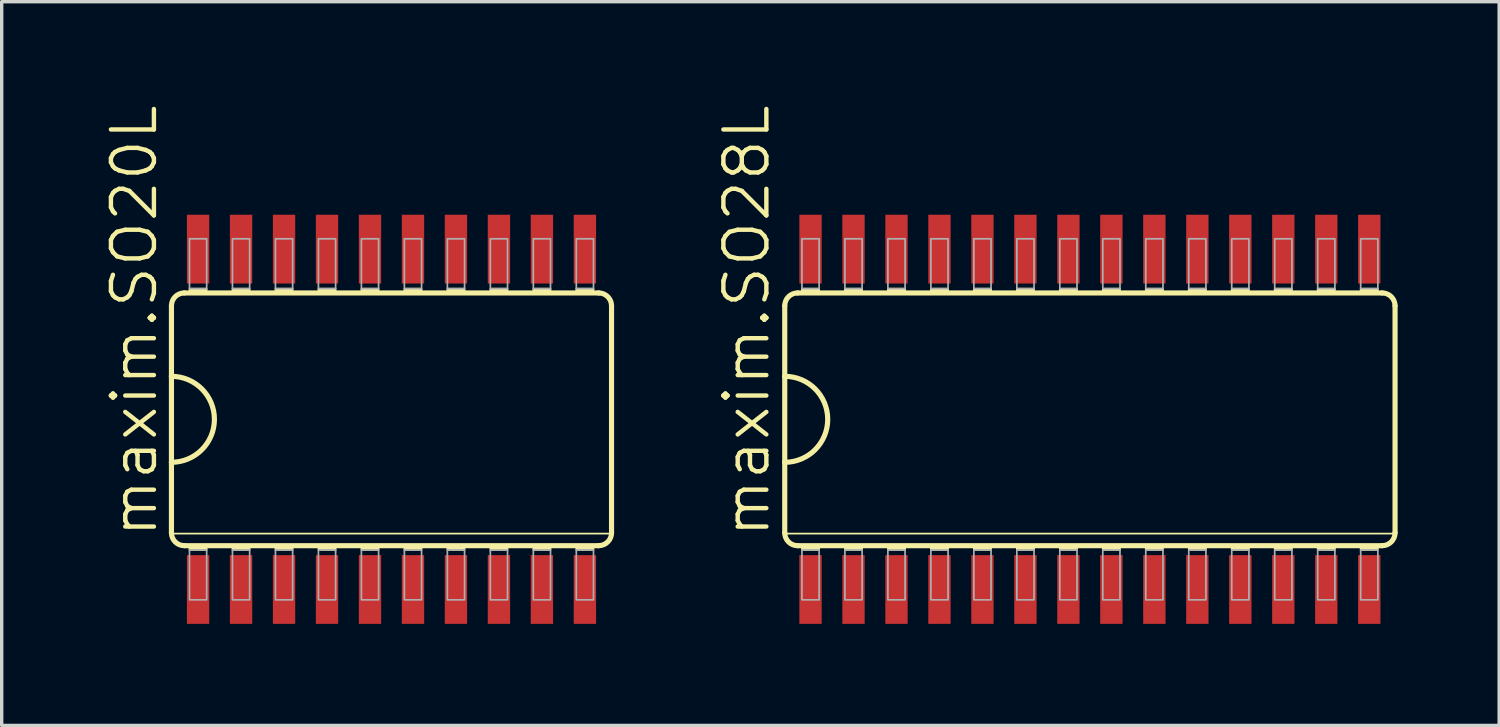
<source format=kicad_pcb>
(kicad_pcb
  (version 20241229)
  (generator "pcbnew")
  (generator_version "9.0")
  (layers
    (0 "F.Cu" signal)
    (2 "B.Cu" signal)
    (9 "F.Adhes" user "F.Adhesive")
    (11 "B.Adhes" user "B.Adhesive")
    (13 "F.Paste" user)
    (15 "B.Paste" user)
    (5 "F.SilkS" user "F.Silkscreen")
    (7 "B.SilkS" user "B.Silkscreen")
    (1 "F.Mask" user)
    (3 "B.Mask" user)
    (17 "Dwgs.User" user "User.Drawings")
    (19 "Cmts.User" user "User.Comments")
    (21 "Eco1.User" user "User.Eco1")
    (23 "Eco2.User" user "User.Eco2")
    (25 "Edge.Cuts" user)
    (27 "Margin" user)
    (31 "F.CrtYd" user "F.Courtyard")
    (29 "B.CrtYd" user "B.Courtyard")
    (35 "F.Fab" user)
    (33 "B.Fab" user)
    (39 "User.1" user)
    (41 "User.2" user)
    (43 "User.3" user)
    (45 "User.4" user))
  (footprint "maxim.SO28L"
    (layer "F.Cu")
    (at 29.155 9.34)
    (property "Reference" "maxim.SO28L" (at -9.398 3.556 90) (layer "F.SilkS") (effects (font (size 1.27 1.27) (thickness 0.13)) (justify left bottom)))
    (attr smd)
    (fp_line (start -9.017 -3.353) (end -9.017 -1.27) (stroke (width 0.152) (type default)) (layer "F.SilkS"))
    (fp_line (start -9.017 -1.27) (end -9.017 1.27) (stroke (width 0.152) (type default)) (layer "F.SilkS"))
    (fp_line (start -9.017 1.27) (end -9.017 3.353) (stroke (width 0.152) (type default)) (layer "F.SilkS"))
    (fp_line (start -9.017 3.378) (end 9.017 3.378) (stroke (width 0.051) (type default)) (layer "F.SilkS"))
    (fp_line (start -8.636 3.734) (end 8.636 3.734) (stroke (width 0.152) (type default)) (layer "F.SilkS"))
    (fp_line (start 8.636 -3.734) (end -8.636 -3.734) (stroke (width 0.152) (type default)) (layer "F.SilkS"))
    (fp_line (start 9.017 3.353) (end 9.017 -3.353) (stroke (width 0.152) (type default)) (layer "F.SilkS"))
    (fp_rect (start -8.509 -3.734) (end -8.001 -3.861) (stroke (width 0.05) (type default)) (fill yes) (layer "F.SilkS"))
    (fp_rect (start -8.509 3.861) (end -8.001 3.734) (stroke (width 0.05) (type default)) (fill yes) (layer "F.SilkS"))
    (fp_rect (start -7.239 -3.734) (end -6.731 -3.861) (stroke (width 0.05) (type default)) (fill yes) (layer "F.SilkS"))
    (fp_rect (start -7.239 3.861) (end -6.731 3.734) (stroke (width 0.05) (type default)) (fill yes) (layer "F.SilkS"))
    (fp_rect (start -5.969 -3.734) (end -5.461 -3.861) (stroke (width 0.05) (type default)) (fill yes) (layer "F.SilkS"))
    (fp_rect (start -5.969 3.861) (end -5.461 3.734) (stroke (width 0.05) (type default)) (fill yes) (layer "F.SilkS"))
    (fp_rect (start -4.699 -3.734) (end -4.191 -3.861) (stroke (width 0.05) (type default)) (fill yes) (layer "F.SilkS"))
    (fp_rect (start -4.699 3.861) (end -4.191 3.734) (stroke (width 0.05) (type default)) (fill yes) (layer "F.SilkS"))
    (fp_rect (start -3.429 -3.734) (end -2.921 -3.861) (stroke (width 0.05) (type default)) (fill yes) (layer "F.SilkS"))
    (fp_rect (start -3.429 3.861) (end -2.921 3.734) (stroke (width 0.05) (type default)) (fill yes) (layer "F.SilkS"))
    (fp_rect (start -2.159 -3.734) (end -1.651 -3.861) (stroke (width 0.05) (type default)) (fill yes) (layer "F.SilkS"))
    (fp_rect (start -2.159 3.861) (end -1.651 3.734) (stroke (width 0.05) (type default)) (fill yes) (layer "F.SilkS"))
    (fp_rect (start -0.889 -3.734) (end -0.381 -3.861) (stroke (width 0.05) (type default)) (fill yes) (layer "F.SilkS"))
    (fp_rect (start -0.889 3.861) (end -0.381 3.734) (stroke (width 0.05) (type default)) (fill yes) (layer "F.SilkS"))
    (fp_rect (start 0.381 -3.734) (end 0.889 -3.861) (stroke (width 0.05) (type default)) (fill yes) (layer "F.SilkS"))
    (fp_rect (start 0.381 3.861) (end 0.889 3.734) (stroke (width 0.05) (type default)) (fill yes) (layer "F.SilkS"))
    (fp_rect (start 1.651 -3.734) (end 2.159 -3.861) (stroke (width 0.05) (type default)) (fill yes) (layer "F.SilkS"))
    (fp_rect (start 1.651 3.861) (end 2.159 3.734) (stroke (width 0.05) (type default)) (fill yes) (layer "F.SilkS"))
    (fp_rect (start 2.921 -3.734) (end 3.429 -3.861) (stroke (width 0.05) (type default)) (fill yes) (layer "F.SilkS"))
    (fp_rect (start 2.921 3.861) (end 3.429 3.734) (stroke (width 0.05) (type default)) (fill yes) (layer "F.SilkS"))
    (fp_rect (start 4.191 -3.734) (end 4.699 -3.861) (stroke (width 0.05) (type default)) (fill yes) (layer "F.SilkS"))
    (fp_rect (start 4.191 3.861) (end 4.699 3.734) (stroke (width 0.05) (type default)) (fill yes) (layer "F.SilkS"))
    (fp_rect (start 5.461 -3.734) (end 5.969 -3.861) (stroke (width 0.05) (type default)) (fill yes) (layer "F.SilkS"))
    (fp_rect (start 5.461 3.861) (end 5.969 3.734) (stroke (width 0.05) (type default)) (fill yes) (layer "F.SilkS"))
    (fp_rect (start 6.731 -3.734) (end 7.239 -3.861) (stroke (width 0.05) (type default)) (fill yes) (layer "F.SilkS"))
    (fp_rect (start 6.731 3.861) (end 7.239 3.734) (stroke (width 0.05) (type default)) (fill yes) (layer "F.SilkS"))
    (fp_rect (start 8.001 -3.734) (end 8.509 -3.861) (stroke (width 0.05) (type default)) (fill yes) (layer "F.SilkS"))
    (fp_rect (start 8.001 3.861) (end 8.509 3.734) (stroke (width 0.05) (type default)) (fill yes) (layer "F.SilkS"))
    (fp_arc (start -9.017 -3.3528) (mid -8.905408 -3.622208) (end -8.636 -3.7338) (stroke (width 0.1524) (type default)) (layer "F.SilkS"))
    (fp_arc (start -9.017 -1.27) (mid -7.747 0) (end -9.017 1.27) (stroke (width 0.1524) (type default)) (layer "F.SilkS"))
    (fp_arc (start -8.636 3.7338) (mid -8.905408 3.622208) (end -9.017 3.3528) (stroke (width 0.1524) (type default)) (layer "F.SilkS"))
    (fp_arc (start 8.636 -3.7338) (mid 8.905408 -3.622208) (end 9.017 -3.3528) (stroke (width 0.1524) (type default)) (layer "F.SilkS"))
    (fp_arc (start 9.017 3.3528) (mid 8.905408 3.622208) (end 8.636 3.7338) (stroke (width 0.1524) (type default)) (layer "F.SilkS"))
    (fp_rect (start -8.509 -3.861) (end -8.001 -5.334) (stroke (width 0.05) (type default)) (fill no) (layer "F.Fab"))
    (fp_rect (start -8.509 5.334) (end -8.001 3.861) (stroke (width 0.05) (type default)) (fill no) (layer "F.Fab"))
    (fp_rect (start -7.239 -3.861) (end -6.731 -5.334) (stroke (width 0.05) (type default)) (fill no) (layer "F.Fab"))
    (fp_rect (start -7.239 5.334) (end -6.731 3.861) (stroke (width 0.05) (type default)) (fill no) (layer "F.Fab"))
    (fp_rect (start -5.969 -3.861) (end -5.461 -5.334) (stroke (width 0.05) (type default)) (fill no) (layer "F.Fab"))
    (fp_rect (start -5.969 5.334) (end -5.461 3.861) (stroke (width 0.05) (type default)) (fill no) (layer "F.Fab"))
    (fp_rect (start -4.699 -3.861) (end -4.191 -5.334) (stroke (width 0.05) (type default)) (fill no) (layer "F.Fab"))
    (fp_rect (start -4.699 5.334) (end -4.191 3.861) (stroke (width 0.05) (type default)) (fill no) (layer "F.Fab"))
    (fp_rect (start -3.429 -3.861) (end -2.921 -5.334) (stroke (width 0.05) (type default)) (fill no) (layer "F.Fab"))
    (fp_rect (start -3.429 5.334) (end -2.921 3.861) (stroke (width 0.05) (type default)) (fill no) (layer "F.Fab"))
    (fp_rect (start -2.159 -3.861) (end -1.651 -5.334) (stroke (width 0.05) (type default)) (fill no) (layer "F.Fab"))
    (fp_rect (start -2.159 5.334) (end -1.651 3.861) (stroke (width 0.05) (type default)) (fill no) (layer "F.Fab"))
    (fp_rect (start -0.889 -3.861) (end -0.381 -5.334) (stroke (width 0.05) (type default)) (fill no) (layer "F.Fab"))
    (fp_rect (start -0.889 5.334) (end -0.381 3.861) (stroke (width 0.05) (type default)) (fill no) (layer "F.Fab"))
    (fp_rect (start 0.381 -3.861) (end 0.889 -5.334) (stroke (width 0.05) (type default)) (fill no) (layer "F.Fab"))
    (fp_rect (start 0.381 5.334) (end 0.889 3.861) (stroke (width 0.05) (type default)) (fill no) (layer "F.Fab"))
    (fp_rect (start 1.651 -3.861) (end 2.159 -5.334) (stroke (width 0.05) (type default)) (fill no) (layer "F.Fab"))
    (fp_rect (start 1.651 5.334) (end 2.159 3.861) (stroke (width 0.05) (type default)) (fill no) (layer "F.Fab"))
    (fp_rect (start 2.921 -3.861) (end 3.429 -5.334) (stroke (width 0.05) (type default)) (fill no) (layer "F.Fab"))
    (fp_rect (start 2.921 5.334) (end 3.429 3.861) (stroke (width 0.05) (type default)) (fill no) (layer "F.Fab"))
    (fp_rect (start 4.191 -3.861) (end 4.699 -5.334) (stroke (width 0.05) (type default)) (fill no) (layer "F.Fab"))
    (fp_rect (start 4.191 5.334) (end 4.699 3.861) (stroke (width 0.05) (type default)) (fill no) (layer "F.Fab"))
    (fp_rect (start 5.461 -3.861) (end 5.969 -5.334) (stroke (width 0.05) (type default)) (fill no) (layer "F.Fab"))
    (fp_rect (start 5.461 5.334) (end 5.969 3.861) (stroke (width 0.05) (type default)) (fill no) (layer "F.Fab"))
    (fp_rect (start 6.731 -3.861) (end 7.239 -5.334) (stroke (width 0.05) (type default)) (fill no) (layer "F.Fab"))
    (fp_rect (start 6.731 5.334) (end 7.239 3.861) (stroke (width 0.05) (type default)) (fill no) (layer "F.Fab"))
    (fp_rect (start 8.001 -3.861) (end 8.509 -5.334) (stroke (width 0.05) (type default)) (fill no) (layer "F.Fab"))
    (fp_rect (start 8.001 5.334) (end 8.509 3.861) (stroke (width 0.05) (type default)) (fill no) (layer "F.Fab"))
    (pad "1" smd roundrect (at -8.255 5.029) (size 0.66 2.032) (layers "F.Cu" "F.Mask" "F.Paste") (roundrect_rratio 0.01))
    (pad "2" smd roundrect (at -6.985 5.029) (size 0.66 2.032) (layers "F.Cu" "F.Mask" "F.Paste") (roundrect_rratio 0.01))
    (pad "3" smd roundrect (at -5.715 5.029) (size 0.66 2.032) (layers "F.Cu" "F.Mask" "F.Paste") (roundrect_rratio 0.01))
    (pad "4" smd roundrect (at -4.445 5.029) (size 0.66 2.032) (layers "F.Cu" "F.Mask" "F.Paste") (roundrect_rratio 0.01))
    (pad "5" smd roundrect (at -3.175 5.029) (size 0.66 2.032) (layers "F.Cu" "F.Mask" "F.Paste") (roundrect_rratio 0.01))
    (pad "6" smd roundrect (at -1.905 5.029) (size 0.66 2.032) (layers "F.Cu" "F.Mask" "F.Paste") (roundrect_rratio 0.01))
    (pad "7" smd roundrect (at -0.635 5.029) (size 0.66 2.032) (layers "F.Cu" "F.Mask" "F.Paste") (roundrect_rratio 0.01))
    (pad "8" smd roundrect (at 0.635 5.029) (size 0.66 2.032) (layers "F.Cu" "F.Mask" "F.Paste") (roundrect_rratio 0.01))
    (pad "9" smd roundrect (at 1.905 5.029) (size 0.66 2.032) (layers "F.Cu" "F.Mask" "F.Paste") (roundrect_rratio 0.01))
    (pad "10" smd roundrect (at 3.175 5.029) (size 0.66 2.032) (layers "F.Cu" "F.Mask" "F.Paste") (roundrect_rratio 0.01))
    (pad "11" smd roundrect (at 4.445 5.029) (size 0.66 2.032) (layers "F.Cu" "F.Mask" "F.Paste") (roundrect_rratio 0.01))
    (pad "12" smd roundrect (at 5.715 5.029) (size 0.66 2.032) (layers "F.Cu" "F.Mask" "F.Paste") (roundrect_rratio 0.01))
    (pad "13" smd roundrect (at 6.985 5.029) (size 0.66 2.032) (layers "F.Cu" "F.Mask" "F.Paste") (roundrect_rratio 0.01))
    (pad "14" smd roundrect (at 8.255 5.029) (size 0.66 2.032) (layers "F.Cu" "F.Mask" "F.Paste") (roundrect_rratio 0.01))
    (pad "15" smd roundrect (at 8.255 -5.029) (size 0.66 2.032) (layers "F.Cu" "F.Mask" "F.Paste") (roundrect_rratio 0.01))
    (pad "16" smd roundrect (at 6.985 -5.029) (size 0.66 2.032) (layers "F.Cu" "F.Mask" "F.Paste") (roundrect_rratio 0.01))
    (pad "17" smd roundrect (at 5.715 -5.029) (size 0.66 2.032) (layers "F.Cu" "F.Mask" "F.Paste") (roundrect_rratio 0.01))
    (pad "18" smd roundrect (at 4.445 -5.029) (size 0.66 2.032) (layers "F.Cu" "F.Mask" "F.Paste") (roundrect_rratio 0.01))
    (pad "19" smd roundrect (at 3.175 -5.029) (size 0.66 2.032) (layers "F.Cu" "F.Mask" "F.Paste") (roundrect_rratio 0.01))
    (pad "20" smd roundrect (at 1.905 -5.029) (size 0.66 2.032) (layers "F.Cu" "F.Mask" "F.Paste") (roundrect_rratio 0.01))
    (pad "21" smd roundrect (at 0.635 -5.029) (size 0.66 2.032) (layers "F.Cu" "F.Mask" "F.Paste") (roundrect_rratio 0.01))
    (pad "22" smd roundrect (at -0.635 -5.029) (size 0.66 2.032) (layers "F.Cu" "F.Mask" "F.Paste") (roundrect_rratio 0.01))
    (pad "23" smd roundrect (at -1.905 -5.029) (size 0.66 2.032) (layers "F.Cu" "F.Mask" "F.Paste") (roundrect_rratio 0.01))
    (pad "24" smd roundrect (at -3.175 -5.029) (size 0.66 2.032) (layers "F.Cu" "F.Mask" "F.Paste") (roundrect_rratio 0.01))
    (pad "25" smd roundrect (at -4.445 -5.029) (size 0.66 2.032) (layers "F.Cu" "F.Mask" "F.Paste") (roundrect_rratio 0.01))
    (pad "26" smd roundrect (at -5.715 -5.029) (size 0.66 2.032) (layers "F.Cu" "F.Mask" "F.Paste") (roundrect_rratio 0.01))
    (pad "27" smd roundrect (at -6.985 -5.029) (size 0.66 2.032) (layers "F.Cu" "F.Mask" "F.Paste") (roundrect_rratio 0.01))
    (pad "28" smd roundrect (at -8.255 -5.029) (size 0.66 2.032) (layers "F.Cu" "F.Mask" "F.Paste") (roundrect_rratio 0.01)))
  (footprint "maxim.SO20L"
    (layer "F.Cu")
    (at 8.518 9.34)
    (property "Reference" "maxim.SO20L" (at -6.858 3.556 90) (layer "F.SilkS") (effects (font (size 1.27 1.27) (thickness 0.13)) (justify left bottom)))
    (attr smd)
    (fp_line (start -6.502 -3.353) (end -6.502 -1.27) (stroke (width 0.152) (type default)) (layer "F.SilkS"))
    (fp_line (start -6.502 -1.27) (end -6.502 1.27) (stroke (width 0.152) (type default)) (layer "F.SilkS"))
    (fp_line (start -6.502 1.27) (end -6.502 3.353) (stroke (width 0.152) (type default)) (layer "F.SilkS"))
    (fp_line (start -6.477 3.378) (end 6.477 3.378) (stroke (width 0.051) (type default)) (layer "F.SilkS"))
    (fp_line (start -6.121 3.734) (end 6.121 3.734) (stroke (width 0.152) (type default)) (layer "F.SilkS"))
    (fp_line (start 6.121 -3.734) (end -6.121 -3.734) (stroke (width 0.152) (type default)) (layer "F.SilkS"))
    (fp_line (start 6.502 3.353) (end 6.502 -3.353) (stroke (width 0.152) (type default)) (layer "F.SilkS"))
    (fp_rect (start -5.969 -3.734) (end -5.461 -3.861) (stroke (width 0.05) (type default)) (fill yes) (layer "F.SilkS"))
    (fp_rect (start -5.969 3.861) (end -5.461 3.734) (stroke (width 0.05) (type default)) (fill yes) (layer "F.SilkS"))
    (fp_rect (start -4.699 -3.734) (end -4.191 -3.861) (stroke (width 0.05) (type default)) (fill yes) (layer "F.SilkS"))
    (fp_rect (start -4.699 3.861) (end -4.191 3.734) (stroke (width 0.05) (type default)) (fill yes) (layer "F.SilkS"))
    (fp_rect (start -3.429 -3.734) (end -2.921 -3.861) (stroke (width 0.05) (type default)) (fill yes) (layer "F.SilkS"))
    (fp_rect (start -3.429 3.861) (end -2.921 3.734) (stroke (width 0.05) (type default)) (fill yes) (layer "F.SilkS"))
    (fp_rect (start -2.159 -3.734) (end -1.651 -3.861) (stroke (width 0.05) (type default)) (fill yes) (layer "F.SilkS"))
    (fp_rect (start -2.159 3.861) (end -1.651 3.734) (stroke (width 0.05) (type default)) (fill yes) (layer "F.SilkS"))
    (fp_rect (start -0.889 -3.734) (end -0.381 -3.861) (stroke (width 0.05) (type default)) (fill yes) (layer "F.SilkS"))
    (fp_rect (start -0.889 3.861) (end -0.381 3.734) (stroke (width 0.05) (type default)) (fill yes) (layer "F.SilkS"))
    (fp_rect (start 0.381 -3.734) (end 0.889 -3.861) (stroke (width 0.05) (type default)) (fill yes) (layer "F.SilkS"))
    (fp_rect (start 0.381 3.861) (end 0.889 3.734) (stroke (width 0.05) (type default)) (fill yes) (layer "F.SilkS"))
    (fp_rect (start 1.651 -3.734) (end 2.159 -3.861) (stroke (width 0.05) (type default)) (fill yes) (layer "F.SilkS"))
    (fp_rect (start 1.651 3.861) (end 2.159 3.734) (stroke (width 0.05) (type default)) (fill yes) (layer "F.SilkS"))
    (fp_rect (start 2.921 -3.734) (end 3.429 -3.861) (stroke (width 0.05) (type default)) (fill yes) (layer "F.SilkS"))
    (fp_rect (start 2.921 3.861) (end 3.429 3.734) (stroke (width 0.05) (type default)) (fill yes) (layer "F.SilkS"))
    (fp_rect (start 4.191 -3.734) (end 4.699 -3.861) (stroke (width 0.05) (type default)) (fill yes) (layer "F.SilkS"))
    (fp_rect (start 4.191 3.861) (end 4.699 3.734) (stroke (width 0.05) (type default)) (fill yes) (layer "F.SilkS"))
    (fp_rect (start 5.461 -3.734) (end 5.969 -3.861) (stroke (width 0.05) (type default)) (fill yes) (layer "F.SilkS"))
    (fp_rect (start 5.461 3.861) (end 5.969 3.734) (stroke (width 0.05) (type default)) (fill yes) (layer "F.SilkS"))
    (fp_arc (start -6.5024 -3.3528) (mid -6.390808 -3.622208) (end -6.1214 -3.7338) (stroke (width 0.1524) (type default)) (layer "F.SilkS"))
    (fp_arc (start -6.5024 -1.27) (mid -5.2324 0) (end -6.5024 1.27) (stroke (width 0.1524) (type default)) (layer "F.SilkS"))
    (fp_arc (start -6.1214 3.7338) (mid -6.390808 3.622208) (end -6.5024 3.3528) (stroke (width 0.1524) (type default)) (layer "F.SilkS"))
    (fp_arc (start 6.1214 -3.7338) (mid 6.390808 -3.622208) (end 6.5024 -3.3528) (stroke (width 0.1524) (type default)) (layer "F.SilkS"))
    (fp_arc (start 6.5024 3.3528) (mid 6.390808 3.622208) (end 6.1214 3.7338) (stroke (width 0.1524) (type default)) (layer "F.SilkS"))
    (fp_rect (start -5.969 -3.861) (end -5.461 -5.334) (stroke (width 0.05) (type default)) (fill no) (layer "F.Fab"))
    (fp_rect (start -5.969 5.334) (end -5.461 3.861) (stroke (width 0.05) (type default)) (fill no) (layer "F.Fab"))
    (fp_rect (start -4.699 -3.861) (end -4.191 -5.334) (stroke (width 0.05) (type default)) (fill no) (layer "F.Fab"))
    (fp_rect (start -4.699 5.334) (end -4.191 3.861) (stroke (width 0.05) (type default)) (fill no) (layer "F.Fab"))
    (fp_rect (start -3.429 -3.861) (end -2.921 -5.334) (stroke (width 0.05) (type default)) (fill no) (layer "F.Fab"))
    (fp_rect (start -3.429 5.334) (end -2.921 3.861) (stroke (width 0.05) (type default)) (fill no) (layer "F.Fab"))
    (fp_rect (start -2.159 -3.861) (end -1.651 -5.334) (stroke (width 0.05) (type default)) (fill no) (layer "F.Fab"))
    (fp_rect (start -2.159 5.334) (end -1.651 3.861) (stroke (width 0.05) (type default)) (fill no) (layer "F.Fab"))
    (fp_rect (start -0.889 -3.861) (end -0.381 -5.334) (stroke (width 0.05) (type default)) (fill no) (layer "F.Fab"))
    (fp_rect (start -0.889 5.334) (end -0.381 3.861) (stroke (width 0.05) (type default)) (fill no) (layer "F.Fab"))
    (fp_rect (start 0.381 -3.861) (end 0.889 -5.334) (stroke (width 0.05) (type default)) (fill no) (layer "F.Fab"))
    (fp_rect (start 0.381 5.334) (end 0.889 3.861) (stroke (width 0.05) (type default)) (fill no) (layer "F.Fab"))
    (fp_rect (start 1.651 -3.861) (end 2.159 -5.334) (stroke (width 0.05) (type default)) (fill no) (layer "F.Fab"))
    (fp_rect (start 1.651 5.334) (end 2.159 3.861) (stroke (width 0.05) (type default)) (fill no) (layer "F.Fab"))
    (fp_rect (start 2.921 -3.861) (end 3.429 -5.334) (stroke (width 0.05) (type default)) (fill no) (layer "F.Fab"))
    (fp_rect (start 2.921 5.334) (end 3.429 3.861) (stroke (width 0.05) (type default)) (fill no) (layer "F.Fab"))
    (fp_rect (start 4.191 -3.861) (end 4.699 -5.334) (stroke (width 0.05) (type default)) (fill no) (layer "F.Fab"))
    (fp_rect (start 4.191 5.334) (end 4.699 3.861) (stroke (width 0.05) (type default)) (fill no) (layer "F.Fab"))
    (fp_rect (start 5.461 -3.861) (end 5.969 -5.334) (stroke (width 0.05) (type default)) (fill no) (layer "F.Fab"))
    (fp_rect (start 5.461 5.334) (end 5.969 3.861) (stroke (width 0.05) (type default)) (fill no) (layer "F.Fab"))
    (pad "1" smd roundrect (at -5.715 5.029) (size 0.66 2.032) (layers "F.Cu" "F.Mask" "F.Paste") (roundrect_rratio 0.01))
    (pad "2" smd roundrect (at -4.445 5.029) (size 0.66 2.032) (layers "F.Cu" "F.Mask" "F.Paste") (roundrect_rratio 0.01))
    (pad "3" smd roundrect (at -3.175 5.029) (size 0.66 2.032) (layers "F.Cu" "F.Mask" "F.Paste") (roundrect_rratio 0.01))
    (pad "4" smd roundrect (at -1.905 5.029) (size 0.66 2.032) (layers "F.Cu" "F.Mask" "F.Paste") (roundrect_rratio 0.01))
    (pad "5" smd roundrect (at -0.635 5.029) (size 0.66 2.032) (layers "F.Cu" "F.Mask" "F.Paste") (roundrect_rratio 0.01))
    (pad "6" smd roundrect (at 0.635 5.029) (size 0.66 2.032) (layers "F.Cu" "F.Mask" "F.Paste") (roundrect_rratio 0.01))
    (pad "7" smd roundrect (at 1.905 5.029) (size 0.66 2.032) (layers "F.Cu" "F.Mask" "F.Paste") (roundrect_rratio 0.01))
    (pad "8" smd roundrect (at 3.175 5.029) (size 0.66 2.032) (layers "F.Cu" "F.Mask" "F.Paste") (roundrect_rratio 0.01))
    (pad "9" smd roundrect (at 4.445 5.029) (size 0.66 2.032) (layers "F.Cu" "F.Mask" "F.Paste") (roundrect_rratio 0.01))
    (pad "10" smd roundrect (at 5.715 5.029) (size 0.66 2.032) (layers "F.Cu" "F.Mask" "F.Paste") (roundrect_rratio 0.01))
    (pad "11" smd roundrect (at 5.715 -5.029) (size 0.66 2.032) (layers "F.Cu" "F.Mask" "F.Paste") (roundrect_rratio 0.01))
    (pad "12" smd roundrect (at 4.445 -5.029) (size 0.66 2.032) (layers "F.Cu" "F.Mask" "F.Paste") (roundrect_rratio 0.01))
    (pad "13" smd roundrect (at 3.175 -5.029) (size 0.66 2.032) (layers "F.Cu" "F.Mask" "F.Paste") (roundrect_rratio 0.01))
    (pad "14" smd roundrect (at 1.905 -5.029) (size 0.66 2.032) (layers "F.Cu" "F.Mask" "F.Paste") (roundrect_rratio 0.01))
    (pad "15" smd roundrect (at 0.635 -5.029) (size 0.66 2.032) (layers "F.Cu" "F.Mask" "F.Paste") (roundrect_rratio 0.01))
    (pad "16" smd roundrect (at -0.635 -5.029) (size 0.66 2.032) (layers "F.Cu" "F.Mask" "F.Paste") (roundrect_rratio 0.01))
    (pad "17" smd roundrect (at -1.905 -5.029) (size 0.66 2.032) (layers "F.Cu" "F.Mask" "F.Paste") (roundrect_rratio 0.01))
    (pad "18" smd roundrect (at -3.175 -5.029) (size 0.66 2.032) (layers "F.Cu" "F.Mask" "F.Paste") (roundrect_rratio 0.01))
    (pad "19" smd roundrect (at -4.445 -5.029) (size 0.66 2.032) (layers "F.Cu" "F.Mask" "F.Paste") (roundrect_rratio 0.01))
    (pad "20" smd roundrect (at -5.715 -5.029) (size 0.66 2.032) (layers "F.Cu" "F.Mask" "F.Paste") (roundrect_rratio 0.01)))
  (gr_rect
    (start -3 -3)
    (end 41.248 18.386)
    (stroke (width 0.1) (type default))
    (fill no)
    (layer "Edge.Cuts")))
</source>
